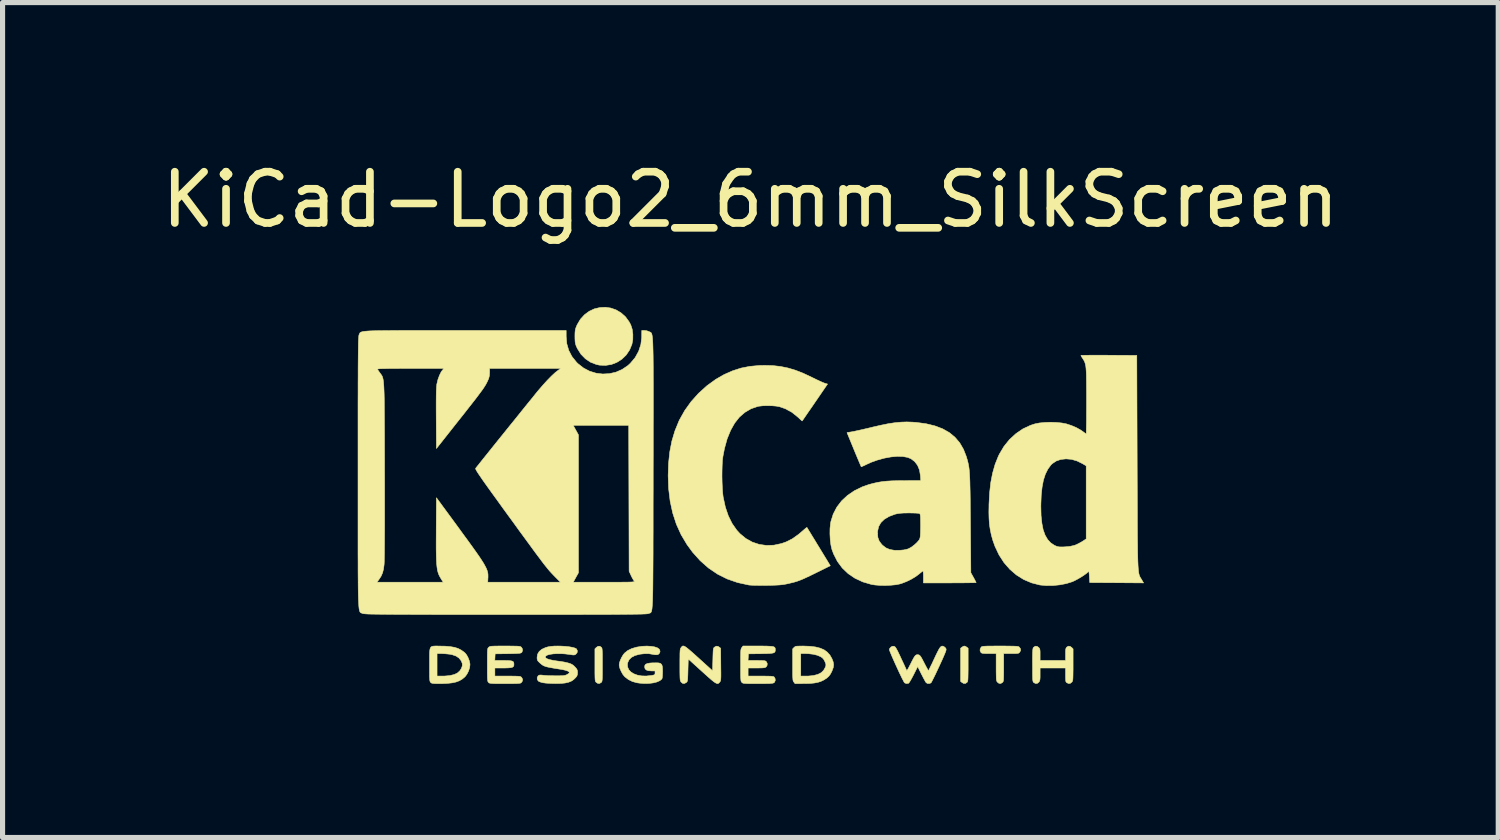
<source format=kicad_pcb>
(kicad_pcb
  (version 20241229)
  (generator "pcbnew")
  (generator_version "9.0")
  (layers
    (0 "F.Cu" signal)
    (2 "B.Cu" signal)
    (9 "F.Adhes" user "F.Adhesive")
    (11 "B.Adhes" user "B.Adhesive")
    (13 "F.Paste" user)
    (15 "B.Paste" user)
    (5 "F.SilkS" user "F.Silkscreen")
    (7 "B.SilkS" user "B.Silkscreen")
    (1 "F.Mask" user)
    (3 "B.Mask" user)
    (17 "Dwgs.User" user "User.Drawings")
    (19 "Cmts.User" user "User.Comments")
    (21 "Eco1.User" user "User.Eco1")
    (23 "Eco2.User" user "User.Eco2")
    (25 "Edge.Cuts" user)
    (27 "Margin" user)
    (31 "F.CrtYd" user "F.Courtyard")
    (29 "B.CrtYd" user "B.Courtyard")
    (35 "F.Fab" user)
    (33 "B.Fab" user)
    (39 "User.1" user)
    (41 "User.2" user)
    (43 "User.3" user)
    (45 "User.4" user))
  (footprint "KiCad-Logo2_6mm_SilkScreen"
    (layer "F.Cu")
    (at 11.601 5.928)
    (property "Reference" "KiCad-Logo2_6mm_SilkScreen" (at 0 -5.08 0) (layer "F.SilkS") (effects (font (size 1 1) (thickness 0.15))))
    (attr exclude_from_pos_files exclude_from_bom)
    (fp_poly (pts (xy 4.2 3.642) (xy 4.224 3.657) (xy 4.251 3.678) (xy 4.251 4) (xy 4.251 4.094) (xy 4.25 4.168) (xy 4.249 4.225) (xy 4.248 4.267) (xy 4.246 4.297) (xy 4.243 4.317) (xy 4.239 4.331) (xy 4.233 4.341) (xy 4.229 4.345) (xy 4.198 4.366) (xy 4.162 4.365) (xy 4.131 4.347) (xy 4.104 4.326) (xy 4.104 3.678) (xy 4.131 3.657) (xy 4.156 3.641) (xy 4.177 3.635) (xy 4.2 3.642)) (stroke (width 0.01) (type solid)) (fill yes) (layer "F.SilkS"))
    (fp_poly (pts (xy -2.912 3.658) (xy -2.906 3.665) (xy -2.9 3.675) (xy -2.896 3.69) (xy -2.894 3.712) (xy -2.892 3.744) (xy -2.89 3.789) (xy -2.89 3.849) (xy -2.89 3.926) (xy -2.89 4.002) (xy -2.89 4.096) (xy -2.89 4.17) (xy -2.891 4.226) (xy -2.892 4.268) (xy -2.894 4.298) (xy -2.897 4.318) (xy -2.901 4.332) (xy -2.907 4.341) (xy -2.912 4.346) (xy -2.945 4.366) (xy -2.98 4.364) (xy -3.012 4.343) (xy -3.019 4.335) (xy -3.025 4.325) (xy -3.029 4.311) (xy -3.032 4.291) (xy -3.034 4.261) (xy -3.035 4.219) (xy -3.036 4.162) (xy -3.036 4.088) (xy -3.036 4.004) (xy -3.036 3.691) (xy -3.009 3.663) (xy -2.974 3.64) (xy -2.941 3.639) (xy -2.912 3.658)) (stroke (width 0.01) (type solid)) (fill yes) (layer "F.SilkS"))
    (fp_poly (pts (xy -2.726 -2.964) (xy -2.623 -2.928) (xy -2.527 -2.871) (xy -2.441 -2.795) (xy -2.369 -2.697) (xy -2.336 -2.636) (xy -2.308 -2.55) (xy -2.295 -2.451) (xy -2.296 -2.35) (xy -2.313 -2.257) (xy -2.359 -2.145) (xy -2.425 -2.047) (xy -2.509 -1.966) (xy -2.606 -1.904) (xy -2.714 -1.862) (xy -2.829 -1.844) (xy -2.948 -1.849) (xy -3.007 -1.862) (xy -3.121 -1.906) (xy -3.222 -1.974) (xy -3.309 -2.063) (xy -3.377 -2.171) (xy -3.383 -2.183) (xy -3.403 -2.227) (xy -3.415 -2.265) (xy -3.422 -2.304) (xy -3.425 -2.355) (xy -3.426 -2.41) (xy -3.425 -2.476) (xy -3.421 -2.523) (xy -3.413 -2.562) (xy -3.399 -2.6) (xy -3.382 -2.639) (xy -3.318 -2.747) (xy -3.238 -2.834) (xy -3.147 -2.901) (xy -3.047 -2.948) (xy -2.941 -2.973) (xy -2.833 -2.979) (xy -2.726 -2.964)) (stroke (width 0.01) (type solid)) (fill yes) (layer "F.SilkS"))
    (fp_poly (pts (xy 4.975 3.635) (xy 5.053 3.636) (xy 5.115 3.637) (xy 5.161 3.638) (xy 5.194 3.64) (xy 5.217 3.643) (xy 5.232 3.646) (xy 5.243 3.651) (xy 5.248 3.655) (xy 5.273 3.688) (xy 5.276 3.721) (xy 5.26 3.752) (xy 5.25 3.764) (xy 5.239 3.773) (xy 5.223 3.778) (xy 5.197 3.781) (xy 5.159 3.782) (xy 5.102 3.782) (xy 5.091 3.782) (xy 4.945 3.782) (xy 4.945 4.053) (xy 4.945 4.138) (xy 4.944 4.204) (xy 4.943 4.253) (xy 4.942 4.288) (xy 4.939 4.312) (xy 4.935 4.328) (xy 4.929 4.338) (xy 4.922 4.346) (xy 4.889 4.366) (xy 4.855 4.365) (xy 4.824 4.342) (xy 4.822 4.339) (xy 4.814 4.329) (xy 4.808 4.316) (xy 4.804 4.299) (xy 4.801 4.274) (xy 4.8 4.238) (xy 4.799 4.188) (xy 4.798 4.122) (xy 4.798 4.046) (xy 4.798 3.782) (xy 4.659 3.782) (xy 4.599 3.782) (xy 4.558 3.78) (xy 4.53 3.777) (xy 4.513 3.771) (xy 4.502 3.763) (xy 4.501 3.761) (xy 4.484 3.728) (xy 4.486 3.691) (xy 4.505 3.658) (xy 4.512 3.651) (xy 4.521 3.646) (xy 4.535 3.643) (xy 4.556 3.64) (xy 4.587 3.638) (xy 4.63 3.636) (xy 4.687 3.636) (xy 4.762 3.635) (xy 4.856 3.635) (xy 4.876 3.635) (xy 4.975 3.635)) (stroke (width 0.01) (type solid)) (fill yes) (layer "F.SilkS"))
    (fp_poly (pts (xy 6.241 3.641) (xy 6.272 3.663) (xy 6.3 3.691) (xy 6.3 4) (xy 6.3 4.092) (xy 6.299 4.164) (xy 6.298 4.219) (xy 6.297 4.26) (xy 6.295 4.289) (xy 6.291 4.309) (xy 6.287 4.323) (xy 6.281 4.333) (xy 6.276 4.339) (xy 6.245 4.364) (xy 6.21 4.367) (xy 6.178 4.351) (xy 6.167 4.343) (xy 6.16 4.331) (xy 6.156 4.312) (xy 6.154 4.281) (xy 6.153 4.235) (xy 6.153 4.199) (xy 6.153 4.064) (xy 5.656 4.064) (xy 5.656 4.187) (xy 5.656 4.243) (xy 5.654 4.282) (xy 5.649 4.308) (xy 5.642 4.326) (xy 5.633 4.339) (xy 5.602 4.364) (xy 5.567 4.367) (xy 5.533 4.349) (xy 5.524 4.34) (xy 5.518 4.328) (xy 5.514 4.309) (xy 5.511 4.28) (xy 5.51 4.236) (xy 5.509 4.174) (xy 5.509 4.16) (xy 5.509 4.044) (xy 5.508 3.948) (xy 5.508 3.87) (xy 5.509 3.809) (xy 5.51 3.762) (xy 5.512 3.727) (xy 5.514 3.701) (xy 5.517 3.684) (xy 5.521 3.672) (xy 5.526 3.664) (xy 5.532 3.658) (xy 5.564 3.638) (xy 5.597 3.641) (xy 5.628 3.663) (xy 5.641 3.677) (xy 5.649 3.693) (xy 5.654 3.716) (xy 5.656 3.75) (xy 5.656 3.802) (xy 5.656 3.917) (xy 6.153 3.917) (xy 6.153 3.799) (xy 6.153 3.744) (xy 6.155 3.707) (xy 6.16 3.683) (xy 6.167 3.668) (xy 6.175 3.658) (xy 6.207 3.638) (xy 6.241 3.641)) (stroke (width 0.01) (type solid)) (fill yes) (layer "F.SilkS"))
    (fp_poly (pts (xy 1.03 3.635) (xy 1.159 3.64) (xy 1.269 3.653) (xy 1.361 3.676) (xy 1.438 3.709) (xy 1.5 3.754) (xy 1.551 3.81) (xy 1.591 3.88) (xy 1.592 3.882) (xy 1.616 3.944) (xy 1.625 3.999) (xy 1.618 4.054) (xy 1.595 4.117) (xy 1.591 4.127) (xy 1.562 4.183) (xy 1.529 4.227) (xy 1.487 4.264) (xy 1.429 4.3) (xy 1.426 4.302) (xy 1.375 4.326) (xy 1.318 4.344) (xy 1.251 4.357) (xy 1.17 4.365) (xy 1.072 4.368) (xy 1.037 4.368) (xy 0.871 4.369) (xy 0.848 4.339) (xy 0.841 4.33) (xy 0.836 4.318) (xy 0.831 4.302) (xy 0.829 4.279) (xy 0.827 4.247) (xy 0.826 4.222) (xy 0.983 4.222) (xy 1.076 4.222) (xy 1.131 4.221) (xy 1.188 4.216) (xy 1.234 4.21) (xy 1.237 4.21) (xy 1.319 4.188) (xy 1.383 4.155) (xy 1.43 4.109) (xy 1.463 4.049) (xy 1.469 4.033) (xy 1.474 4.009) (xy 1.472 3.984) (xy 1.46 3.952) (xy 1.453 3.936) (xy 1.43 3.893) (xy 1.402 3.863) (xy 1.371 3.843) (xy 1.309 3.816) (xy 1.229 3.796) (xy 1.137 3.785) (xy 1.07 3.782) (xy 0.983 3.782) (xy 0.983 4.222) (xy 0.826 4.222) (xy 0.825 4.201) (xy 0.825 4.141) (xy 0.825 4.062) (xy 0.825 4) (xy 0.825 3.691) (xy 0.852 3.663) (xy 0.865 3.652) (xy 0.878 3.644) (xy 0.896 3.639) (xy 0.924 3.637) (xy 0.966 3.636) (xy 1.026 3.635) (xy 1.03 3.635)) (stroke (width 0.01) (type solid)) (fill yes) (layer "F.SilkS"))
    (fp_poly (pts (xy -6.11 3.635) (xy -6.07 3.636) (xy -5.954 3.638) (xy -5.858 3.647) (xy -5.776 3.661) (xy -5.707 3.683) (xy -5.647 3.714) (xy -5.592 3.753) (xy -5.572 3.77) (xy -5.54 3.81) (xy -5.511 3.864) (xy -5.488 3.924) (xy -5.476 3.981) (xy -5.475 4.002) (xy -5.483 4.061) (xy -5.504 4.125) (xy -5.535 4.186) (xy -5.572 4.235) (xy -5.578 4.24) (xy -5.629 4.282) (xy -5.684 4.314) (xy -5.748 4.338) (xy -5.823 4.354) (xy -5.912 4.364) (xy -6.019 4.369) (xy -6.068 4.369) (xy -6.13 4.369) (xy -6.174 4.367) (xy -6.203 4.365) (xy -6.222 4.36) (xy -6.235 4.353) (xy -6.242 4.346) (xy -6.249 4.339) (xy -6.254 4.329) (xy -6.258 4.315) (xy -6.261 4.293) (xy -6.263 4.26) (xy -6.264 4.216) (xy -6.265 4.156) (xy -6.265 4.078) (xy -6.265 4.002) (xy -6.265 3.901) (xy -6.265 3.821) (xy -6.264 3.782) (xy -6.118 3.782) (xy -6.118 4.222) (xy -6.025 4.222) (xy -5.969 4.221) (xy -5.91 4.216) (xy -5.861 4.211) (xy -5.86 4.21) (xy -5.781 4.191) (xy -5.719 4.161) (xy -5.673 4.119) (xy -5.643 4.073) (xy -5.625 4.022) (xy -5.626 3.974) (xy -5.647 3.923) (xy -5.689 3.87) (xy -5.746 3.831) (xy -5.821 3.805) (xy -5.871 3.795) (xy -5.928 3.789) (xy -5.988 3.784) (xy -6.039 3.782) (xy -6.042 3.782) (xy -6.118 3.782) (xy -6.264 3.782) (xy -6.264 3.758) (xy -6.259 3.711) (xy -6.251 3.678) (xy -6.238 3.656) (xy -6.218 3.643) (xy -6.191 3.637) (xy -6.155 3.635) (xy -6.11 3.635)) (stroke (width 0.01) (type solid)) (fill yes) (layer "F.SilkS"))
    (fp_poly (pts (xy -1.288 3.64) (xy -1.265 3.653) (xy -1.234 3.676) (xy -1.194 3.709) (xy -1.144 3.752) (xy -1.082 3.807) (xy -1.006 3.876) (xy -0.92 3.954) (xy -0.739 4.118) (xy -0.733 3.898) (xy -0.731 3.823) (xy -0.729 3.766) (xy -0.727 3.726) (xy -0.724 3.698) (xy -0.72 3.681) (xy -0.714 3.669) (xy -0.705 3.66) (xy -0.701 3.657) (xy -0.667 3.638) (xy -0.634 3.641) (xy -0.608 3.657) (xy -0.581 3.678) (xy -0.578 3.993) (xy -0.577 4.086) (xy -0.576 4.159) (xy -0.576 4.214) (xy -0.577 4.256) (xy -0.579 4.285) (xy -0.582 4.305) (xy -0.586 4.32) (xy -0.592 4.33) (xy -0.598 4.339) (xy -0.612 4.354) (xy -0.625 4.365) (xy -0.64 4.369) (xy -0.659 4.365) (xy -0.684 4.353) (xy -0.716 4.331) (xy -0.757 4.298) (xy -0.809 4.253) (xy -0.874 4.195) (xy -0.948 4.128) (xy -1.213 3.888) (xy -1.219 4.107) (xy -1.221 4.182) (xy -1.223 4.239) (xy -1.225 4.279) (xy -1.228 4.306) (xy -1.233 4.324) (xy -1.239 4.335) (xy -1.247 4.344) (xy -1.251 4.347) (xy -1.288 4.367) (xy -1.323 4.364) (xy -1.353 4.339) (xy -1.36 4.329) (xy -1.366 4.318) (xy -1.37 4.302) (xy -1.373 4.279) (xy -1.375 4.246) (xy -1.376 4.201) (xy -1.377 4.14) (xy -1.377 4.061) (xy -1.377 4.002) (xy -1.377 3.911) (xy -1.376 3.839) (xy -1.376 3.784) (xy -1.374 3.744) (xy -1.372 3.715) (xy -1.368 3.695) (xy -1.364 3.681) (xy -1.358 3.671) (xy -1.353 3.665) (xy -1.342 3.651) (xy -1.332 3.64) (xy -1.32 3.634) (xy -1.306 3.634) (xy -1.288 3.64)) (stroke (width 0.01) (type solid)) (fill yes) (layer "F.SilkS"))
    (fp_poly (pts (xy -1.938 3.641) (xy -1.87 3.652) (xy -1.817 3.67) (xy -1.783 3.694) (xy -1.774 3.707) (xy -1.764 3.738) (xy -1.771 3.767) (xy -1.791 3.793) (xy -1.822 3.806) (xy -1.867 3.805) (xy -1.903 3.798) (xy -1.981 3.785) (xy -2.061 3.784) (xy -2.15 3.794) (xy -2.175 3.799) (xy -2.258 3.822) (xy -2.323 3.857) (xy -2.369 3.903) (xy -2.395 3.959) (xy -2.401 3.988) (xy -2.397 4.046) (xy -2.374 4.098) (xy -2.333 4.142) (xy -2.277 4.177) (xy -2.207 4.203) (xy -2.126 4.218) (xy -2.036 4.221) (xy -1.939 4.211) (xy -1.934 4.21) (xy -1.895 4.203) (xy -1.874 4.196) (xy -1.865 4.185) (xy -1.862 4.168) (xy -1.862 4.159) (xy -1.862 4.121) (xy -1.931 4.121) (xy -1.991 4.117) (xy -2.032 4.103) (xy -2.056 4.08) (xy -2.065 4.045) (xy -2.065 4.041) (xy -2.06 4.011) (xy -2.043 3.99) (xy -2.01 3.976) (xy -1.96 3.967) (xy -1.911 3.964) (xy -1.841 3.963) (xy -1.789 3.965) (xy -1.755 3.975) (xy -1.733 3.995) (xy -1.721 4.027) (xy -1.716 4.074) (xy -1.715 4.136) (xy -1.717 4.206) (xy -1.721 4.253) (xy -1.728 4.278) (xy -1.73 4.28) (xy -1.769 4.312) (xy -1.826 4.337) (xy -1.897 4.355) (xy -1.98 4.365) (xy -2.069 4.367) (xy -2.163 4.36) (xy -2.218 4.352) (xy -2.304 4.328) (xy -2.384 4.288) (xy -2.451 4.236) (xy -2.461 4.226) (xy -2.495 4.182) (xy -2.524 4.128) (xy -2.548 4.072) (xy -2.561 4.02) (xy -2.562 4.001) (xy -2.556 3.96) (xy -2.538 3.908) (xy -2.513 3.855) (xy -2.483 3.805) (xy -2.457 3.773) (xy -2.396 3.724) (xy -2.317 3.685) (xy -2.223 3.657) (xy -2.117 3.64) (xy -2.02 3.636) (xy -1.938 3.641)) (stroke (width 0.01) (type solid)) (fill yes) (layer "F.SilkS"))
    (fp_poly (pts (xy 0.242 3.635) (xy 0.318 3.636) (xy 0.377 3.639) (xy 0.42 3.642) (xy 0.45 3.648) (xy 0.469 3.657) (xy 0.48 3.669) (xy 0.485 3.685) (xy 0.486 3.705) (xy 0.486 3.708) (xy 0.485 3.73) (xy 0.48 3.748) (xy 0.469 3.761) (xy 0.449 3.77) (xy 0.418 3.776) (xy 0.372 3.78) (xy 0.31 3.783) (xy 0.228 3.784) (xy 0.203 3.785) (xy -0.039 3.788) (xy -0.042 3.853) (xy -0.046 3.917) (xy 0.122 3.917) (xy 0.188 3.918) (xy 0.235 3.919) (xy 0.267 3.921) (xy 0.287 3.925) (xy 0.301 3.931) (xy 0.31 3.94) (xy 0.311 3.94) (xy 0.328 3.973) (xy 0.327 4.01) (xy 0.309 4.041) (xy 0.305 4.044) (xy 0.292 4.052) (xy 0.275 4.058) (xy 0.248 4.061) (xy 0.209 4.063) (xy 0.153 4.064) (xy 0.118 4.064) (xy -0.045 4.064) (xy -0.045 4.222) (xy 0.202 4.222) (xy 0.283 4.222) (xy 0.345 4.223) (xy 0.39 4.224) (xy 0.422 4.226) (xy 0.443 4.23) (xy 0.456 4.234) (xy 0.465 4.241) (xy 0.467 4.243) (xy 0.483 4.274) (xy 0.485 4.31) (xy 0.471 4.341) (xy 0.461 4.351) (xy 0.45 4.357) (xy 0.433 4.361) (xy 0.407 4.364) (xy 0.37 4.367) (xy 0.319 4.368) (xy 0.252 4.369) (xy 0.165 4.369) (xy 0.145 4.369) (xy 0.057 4.369) (xy -0.012 4.369) (xy -0.064 4.368) (xy -0.101 4.366) (xy -0.127 4.364) (xy -0.144 4.36) (xy -0.156 4.355) (xy -0.164 4.349) (xy -0.168 4.344) (xy -0.175 4.336) (xy -0.181 4.326) (xy -0.185 4.311) (xy -0.187 4.289) (xy -0.189 4.257) (xy -0.191 4.212) (xy -0.191 4.151) (xy -0.191 4.073) (xy -0.191 4.007) (xy -0.191 3.915) (xy -0.191 3.842) (xy -0.19 3.787) (xy -0.189 3.746) (xy -0.187 3.717) (xy -0.183 3.696) (xy -0.179 3.682) (xy -0.173 3.672) (xy -0.168 3.665) (xy -0.145 3.635) (xy 0.145 3.635) (xy 0.242 3.635)) (stroke (width 0.01) (type solid)) (fill yes) (layer "F.SilkS"))
    (fp_poly (pts (xy -4.701 3.635) (xy -4.632 3.636) (xy -4.579 3.637) (xy -4.541 3.638) (xy -4.514 3.641) (xy -4.496 3.644) (xy -4.484 3.649) (xy -4.475 3.655) (xy -4.472 3.658) (xy -4.452 3.689) (xy -4.449 3.725) (xy -4.462 3.757) (xy -4.468 3.763) (xy -4.478 3.769) (xy -4.493 3.774) (xy -4.518 3.778) (xy -4.554 3.78) (xy -4.605 3.782) (xy -4.673 3.784) (xy -4.736 3.785) (xy -4.984 3.788) (xy -4.987 3.853) (xy -4.99 3.917) (xy -4.822 3.917) (xy -4.749 3.918) (xy -4.696 3.921) (xy -4.659 3.927) (xy -4.636 3.936) (xy -4.623 3.952) (xy -4.618 3.974) (xy -4.617 3.994) (xy -4.619 4.019) (xy -4.629 4.037) (xy -4.648 4.05) (xy -4.679 4.058) (xy -4.727 4.062) (xy -4.792 4.064) (xy -4.828 4.064) (xy -4.989 4.064) (xy -4.989 4.222) (xy -4.741 4.222) (xy -4.66 4.222) (xy -4.598 4.223) (xy -4.552 4.224) (xy -4.52 4.226) (xy -4.499 4.229) (xy -4.485 4.234) (xy -4.475 4.24) (xy -4.47 4.245) (xy -4.453 4.272) (xy -4.447 4.296) (xy -4.455 4.325) (xy -4.47 4.346) (xy -4.478 4.353) (xy -4.488 4.359) (xy -4.503 4.362) (xy -4.526 4.365) (xy -4.559 4.367) (xy -4.606 4.368) (xy -4.668 4.369) (xy -4.75 4.369) (xy -4.792 4.369) (xy -4.882 4.369) (xy -4.952 4.369) (xy -5.005 4.368) (xy -5.044 4.366) (xy -5.071 4.364) (xy -5.09 4.36) (xy -5.102 4.356) (xy -5.11 4.35) (xy -5.113 4.346) (xy -5.12 4.339) (xy -5.125 4.329) (xy -5.129 4.314) (xy -5.132 4.292) (xy -5.134 4.26) (xy -5.135 4.215) (xy -5.136 4.155) (xy -5.136 4.077) (xy -5.136 4.004) (xy -5.136 3.911) (xy -5.136 3.838) (xy -5.135 3.782) (xy -5.134 3.74) (xy -5.132 3.711) (xy -5.129 3.691) (xy -5.125 3.678) (xy -5.119 3.669) (xy -5.112 3.661) (xy -5.11 3.66) (xy -5.101 3.652) (xy -5.091 3.647) (xy -5.077 3.642) (xy -5.056 3.639) (xy -5.025 3.637) (xy -4.981 3.636) (xy -4.922 3.635) (xy -4.845 3.635) (xy -4.79 3.635) (xy -4.701 3.635)) (stroke (width 0.01) (type solid)) (fill yes) (layer "F.SilkS"))
    (fp_poly (pts (xy 3.756 3.637) (xy 3.776 3.644) (xy 3.777 3.645) (xy 3.803 3.665) (xy 3.818 3.686) (xy 3.821 3.696) (xy 3.821 3.709) (xy 3.817 3.727) (xy 3.808 3.753) (xy 3.793 3.79) (xy 3.772 3.839) (xy 3.744 3.903) (xy 3.707 3.983) (xy 3.687 4.027) (xy 3.65 4.106) (xy 3.616 4.179) (xy 3.585 4.242) (xy 3.559 4.294) (xy 3.54 4.331) (xy 3.527 4.352) (xy 3.525 4.355) (xy 3.494 4.367) (xy 3.459 4.366) (xy 3.431 4.351) (xy 3.43 4.349) (xy 3.418 4.332) (xy 3.4 4.299) (xy 3.376 4.255) (xy 3.349 4.202) (xy 3.339 4.183) (xy 3.266 4.036) (xy 3.186 4.196) (xy 3.157 4.251) (xy 3.131 4.298) (xy 3.109 4.335) (xy 3.093 4.357) (xy 3.088 4.362) (xy 3.046 4.368) (xy 3.012 4.355) (xy 3.001 4.341) (xy 2.984 4.309) (xy 2.96 4.263) (xy 2.932 4.205) (xy 2.901 4.14) (xy 2.869 4.07) (xy 2.835 3.997) (xy 2.804 3.927) (xy 2.774 3.86) (xy 2.749 3.801) (xy 2.729 3.753) (xy 2.716 3.718) (xy 2.712 3.7) (xy 2.712 3.7) (xy 2.723 3.678) (xy 2.745 3.655) (xy 2.746 3.654) (xy 2.774 3.639) (xy 2.799 3.639) (xy 2.808 3.642) (xy 2.82 3.648) (xy 2.832 3.66) (xy 2.846 3.681) (xy 2.864 3.713) (xy 2.887 3.759) (xy 2.917 3.821) (xy 2.943 3.878) (xy 2.974 3.944) (xy 3.002 4.004) (xy 3.025 4.054) (xy 3.042 4.091) (xy 3.051 4.112) (xy 3.052 4.115) (xy 3.058 4.11) (xy 3.073 4.087) (xy 3.093 4.051) (xy 3.117 4.004) (xy 3.127 3.985) (xy 3.16 3.92) (xy 3.185 3.873) (xy 3.205 3.84) (xy 3.222 3.82) (xy 3.237 3.809) (xy 3.253 3.805) (xy 3.264 3.805) (xy 3.282 3.806) (xy 3.299 3.813) (xy 3.315 3.828) (xy 3.333 3.853) (xy 3.355 3.892) (xy 3.384 3.948) (xy 3.4 3.979) (xy 3.426 4.029) (xy 3.449 4.071) (xy 3.466 4.1) (xy 3.476 4.114) (xy 3.478 4.115) (xy 3.484 4.104) (xy 3.498 4.075) (xy 3.519 4.032) (xy 3.546 3.978) (xy 3.575 3.915) (xy 3.59 3.883) (xy 3.628 3.802) (xy 3.659 3.74) (xy 3.683 3.694) (xy 3.704 3.663) (xy 3.722 3.645) (xy 3.739 3.637) (xy 3.756 3.637)) (stroke (width 0.01) (type solid)) (fill yes) (layer "F.SilkS"))
    (fp_poly (pts (xy -3.68 3.637) (xy -3.605 3.642) (xy -3.536 3.65) (xy -3.475 3.661) (xy -3.428 3.674) (xy -3.399 3.689) (xy -3.394 3.693) (xy -3.378 3.728) (xy -3.383 3.764) (xy -3.408 3.794) (xy -3.409 3.795) (xy -3.423 3.804) (xy -3.438 3.809) (xy -3.459 3.81) (xy -3.492 3.806) (xy -3.54 3.798) (xy -3.544 3.798) (xy -3.617 3.789) (xy -3.696 3.784) (xy -3.774 3.784) (xy -3.848 3.788) (xy -3.91 3.797) (xy -3.957 3.809) (xy -3.96 3.81) (xy -3.993 3.829) (xy -4.005 3.848) (xy -3.996 3.867) (xy -3.966 3.885) (xy -3.917 3.901) (xy -3.849 3.916) (xy -3.804 3.923) (xy -3.71 3.936) (xy -3.635 3.948) (xy -3.576 3.961) (xy -3.53 3.974) (xy -3.494 3.989) (xy -3.464 4.007) (xy -3.438 4.03) (xy -3.417 4.052) (xy -3.391 4.083) (xy -3.379 4.11) (xy -3.375 4.142) (xy -3.375 4.154) (xy -3.378 4.194) (xy -3.389 4.223) (xy -3.41 4.25) (xy -3.451 4.29) (xy -3.496 4.32) (xy -3.55 4.342) (xy -3.615 4.357) (xy -3.695 4.365) (xy -3.793 4.367) (xy -3.81 4.367) (xy -3.875 4.366) (xy -3.94 4.363) (xy -3.998 4.359) (xy -4.04 4.353) (xy -4.044 4.353) (xy -4.086 4.343) (xy -4.122 4.33) (xy -4.142 4.318) (xy -4.161 4.288) (xy -4.163 4.252) (xy -4.146 4.22) (xy -4.143 4.217) (xy -4.128 4.206) (xy -4.109 4.201) (xy -4.079 4.202) (xy -4.044 4.206) (xy -4.004 4.21) (xy -3.949 4.213) (xy -3.884 4.215) (xy -3.816 4.216) (xy -3.798 4.216) (xy -3.73 4.216) (xy -3.681 4.215) (xy -3.645 4.212) (xy -3.619 4.207) (xy -3.597 4.2) (xy -3.584 4.194) (xy -3.556 4.177) (xy -3.538 4.162) (xy -3.536 4.158) (xy -3.541 4.14) (xy -3.568 4.123) (xy -3.613 4.108) (xy -3.675 4.094) (xy -3.693 4.091) (xy -3.789 4.076) (xy -3.866 4.063) (xy -3.926 4.052) (xy -3.973 4.042) (xy -4.009 4.031) (xy -4.038 4.019) (xy -4.062 4.005) (xy -4.084 3.988) (xy -4.108 3.968) (xy -4.116 3.96) (xy -4.144 3.933) (xy -4.158 3.911) (xy -4.164 3.886) (xy -4.165 3.855) (xy -4.155 3.794) (xy -4.124 3.742) (xy -4.073 3.699) (xy -4.002 3.666) (xy -3.951 3.651) (xy -3.895 3.642) (xy -3.829 3.636) (xy -3.756 3.635) (xy -3.68 3.637)) (stroke (width 0.01) (type solid)) (fill yes) (layer "F.SilkS"))
    (fp_poly (pts (xy 0.44 -1.84) (xy 0.588 -1.823) (xy 0.731 -1.794) (xy 0.876 -1.751) (xy 1.028 -1.692) (xy 1.192 -1.615) (xy 1.222 -1.6) (xy 1.29 -1.567) (xy 1.354 -1.537) (xy 1.408 -1.513) (xy 1.446 -1.498) (xy 1.451 -1.496) (xy 1.506 -1.48) (xy 1.26 -1.121) (xy 1.2 -1.033) (xy 1.144 -0.953) (xy 1.096 -0.883) (xy 1.057 -0.826) (xy 1.029 -0.785) (xy 1.013 -0.763) (xy 1.011 -0.759) (xy 1 -0.767) (xy 0.975 -0.789) (xy 0.939 -0.823) (xy 0.919 -0.841) (xy 0.806 -0.931) (xy 0.679 -0.999) (xy 0.57 -1.037) (xy 0.504 -1.049) (xy 0.422 -1.056) (xy 0.333 -1.058) (xy 0.247 -1.056) (xy 0.173 -1.048) (xy 0.144 -1.043) (xy 0.011 -0.997) (xy -0.108 -0.927) (xy -0.215 -0.834) (xy -0.308 -0.716) (xy -0.387 -0.575) (xy -0.454 -0.411) (xy -0.506 -0.223) (xy -0.537 -0.062) (xy -0.546 0.009) (xy -0.551 0.101) (xy -0.554 0.207) (xy -0.555 0.32) (xy -0.553 0.435) (xy -0.548 0.544) (xy -0.542 0.64) (xy -0.533 0.718) (xy -0.531 0.73) (xy -0.489 0.923) (xy -0.431 1.094) (xy -0.357 1.243) (xy -0.267 1.372) (xy -0.203 1.442) (xy -0.089 1.536) (xy 0.037 1.606) (xy 0.172 1.651) (xy 0.313 1.671) (xy 0.459 1.666) (xy 0.608 1.634) (xy 0.696 1.603) (xy 0.818 1.542) (xy 0.943 1.453) (xy 1.013 1.393) (xy 1.053 1.358) (xy 1.084 1.332) (xy 1.101 1.32) (xy 1.104 1.32) (xy 1.112 1.332) (xy 1.132 1.366) (xy 1.163 1.416) (xy 1.203 1.482) (xy 1.251 1.56) (xy 1.304 1.647) (xy 1.334 1.696) (xy 1.56 2.067) (xy 1.278 2.207) (xy 1.176 2.257) (xy 1.093 2.296) (xy 1.025 2.327) (xy 0.966 2.351) (xy 0.911 2.371) (xy 0.855 2.388) (xy 0.794 2.403) (xy 0.735 2.417) (xy 0.682 2.428) (xy 0.627 2.437) (xy 0.565 2.443) (xy 0.488 2.447) (xy 0.394 2.45) (xy 0.33 2.451) (xy 0.238 2.452) (xy 0.151 2.451) (xy 0.073 2.45) (xy 0.01 2.447) (xy -0.032 2.444) (xy -0.034 2.443) (xy -0.25 2.396) (xy -0.452 2.326) (xy -0.642 2.231) (xy -0.818 2.112) (xy -0.98 1.969) (xy -1.129 1.803) (xy -1.238 1.654) (xy -1.353 1.461) (xy -1.446 1.256) (xy -1.517 1.038) (xy -1.567 0.807) (xy -1.597 0.56) (xy -1.606 0.309) (xy -1.598 0.066) (xy -1.574 -0.158) (xy -1.533 -0.368) (xy -1.474 -0.565) (xy -1.396 -0.756) (xy -1.387 -0.776) (xy -1.284 -0.96) (xy -1.159 -1.135) (xy -1.013 -1.298) (xy -0.851 -1.445) (xy -0.676 -1.572) (xy -0.514 -1.665) (xy -0.349 -1.738) (xy -0.185 -1.791) (xy -0.013 -1.825) (xy 0.171 -1.842) (xy 0.281 -1.844) (xy 0.44 -1.84)) (stroke (width 0.01) (type solid)) (fill yes) (layer "F.SilkS"))
    (fp_poly (pts (xy 6.842 -2.043) (xy 6.959 -2.043) (xy 6.999 -2.042) (xy 7.544 -2.039) (xy 7.551 0.055) (xy 7.552 0.339) (xy 7.553 0.597) (xy 7.554 0.83) (xy 7.555 1.039) (xy 7.555 1.227) (xy 7.556 1.393) (xy 7.557 1.54) (xy 7.559 1.669) (xy 7.56 1.782) (xy 7.562 1.879) (xy 7.564 1.961) (xy 7.567 2.031) (xy 7.57 2.09) (xy 7.574 2.138) (xy 7.578 2.177) (xy 7.582 2.209) (xy 7.588 2.235) (xy 7.594 2.257) (xy 7.601 2.274) (xy 7.609 2.29) (xy 7.618 2.305) (xy 7.627 2.32) (xy 7.638 2.337) (xy 7.64 2.341) (xy 7.676 2.403) (xy 7.15 2.399) (xy 6.625 2.396) (xy 6.618 2.28) (xy 6.614 2.225) (xy 6.61 2.193) (xy 6.605 2.18) (xy 6.597 2.183) (xy 6.59 2.19) (xy 6.561 2.217) (xy 6.514 2.251) (xy 6.456 2.289) (xy 6.392 2.326) (xy 6.33 2.359) (xy 6.283 2.38) (xy 6.171 2.415) (xy 6.044 2.44) (xy 5.909 2.454) (xy 5.777 2.455) (xy 5.656 2.444) (xy 5.654 2.444) (xy 5.49 2.402) (xy 5.335 2.336) (xy 5.193 2.247) (xy 5.065 2.137) (xy 4.951 2.006) (xy 4.854 1.856) (xy 4.775 1.689) (xy 4.731 1.565) (xy 4.703 1.462) (xy 4.682 1.361) (xy 4.667 1.258) (xy 4.659 1.146) (xy 4.656 1.019) (xy 4.658 0.915) (xy 5.671 0.915) (xy 5.675 1.089) (xy 5.691 1.239) (xy 5.716 1.366) (xy 5.754 1.471) (xy 5.803 1.555) (xy 5.864 1.621) (xy 5.934 1.668) (xy 5.971 1.685) (xy 6.003 1.695) (xy 6.038 1.7) (xy 6.086 1.701) (xy 6.137 1.699) (xy 6.238 1.69) (xy 6.318 1.672) (xy 6.343 1.664) (xy 6.4 1.638) (xy 6.461 1.605) (xy 6.487 1.589) (xy 6.556 1.544) (xy 6.556 0.117) (xy 6.48 0.072) (xy 6.375 0.021) (xy 6.268 -0.01) (xy 6.162 -0.019) (xy 6.061 -0.008) (xy 5.97 0.023) (xy 5.893 0.075) (xy 5.868 0.099) (xy 5.808 0.181) (xy 5.759 0.279) (xy 5.721 0.396) (xy 5.695 0.533) (xy 5.678 0.692) (xy 5.671 0.876) (xy 5.671 0.915) (xy 4.658 0.915) (xy 4.658 0.872) (xy 4.67 0.646) (xy 4.693 0.442) (xy 4.729 0.258) (xy 4.777 0.089) (xy 4.839 -0.066) (xy 4.861 -0.112) (xy 4.95 -0.262) (xy 5.058 -0.396) (xy 5.182 -0.51) (xy 5.319 -0.604) (xy 5.468 -0.674) (xy 5.557 -0.703) (xy 5.644 -0.72) (xy 5.749 -0.73) (xy 5.863 -0.734) (xy 5.977 -0.73) (xy 6.083 -0.719) (xy 6.167 -0.703) (xy 6.268 -0.67) (xy 6.366 -0.628) (xy 6.451 -0.58) (xy 6.497 -0.548) (xy 6.528 -0.525) (xy 6.55 -0.51) (xy 6.555 -0.508) (xy 6.557 -0.521) (xy 6.558 -0.559) (xy 6.559 -0.619) (xy 6.561 -0.699) (xy 6.562 -0.795) (xy 6.562 -0.906) (xy 6.563 -1.027) (xy 6.563 -1.151) (xy 6.563 -1.31) (xy 6.562 -1.444) (xy 6.561 -1.555) (xy 6.56 -1.647) (xy 6.557 -1.721) (xy 6.553 -1.781) (xy 6.548 -1.829) (xy 6.54 -1.867) (xy 6.531 -1.898) (xy 6.52 -1.925) (xy 6.507 -1.949) (xy 6.49 -1.975) (xy 6.488 -1.978) (xy 6.467 -2.011) (xy 6.455 -2.034) (xy 6.453 -2.039) (xy 6.466 -2.04) (xy 6.504 -2.041) (xy 6.563 -2.042) (xy 6.642 -2.043) (xy 6.735 -2.043) (xy 6.842 -2.043)) (stroke (width 0.01) (type solid)) (fill yes) (layer "F.SilkS"))
    (fp_poly (pts (xy 3.168 -0.736) (xy 3.236 -0.731) (xy 3.43 -0.705) (xy 3.603 -0.663) (xy 3.753 -0.606) (xy 3.884 -0.532) (xy 3.994 -0.441) (xy 4.086 -0.333) (xy 4.16 -0.206) (xy 4.214 -0.069) (xy 4.227 -0.025) (xy 4.239 0.016) (xy 4.249 0.057) (xy 4.258 0.099) (xy 4.266 0.145) (xy 4.272 0.196) (xy 4.277 0.257) (xy 4.281 0.327) (xy 4.285 0.411) (xy 4.287 0.509) (xy 4.29 0.624) (xy 4.292 0.759) (xy 4.293 0.915) (xy 4.295 1.095) (xy 4.296 1.236) (xy 4.304 2.204) (xy 4.356 2.297) (xy 4.38 2.342) (xy 4.398 2.377) (xy 4.407 2.395) (xy 4.407 2.396) (xy 4.394 2.398) (xy 4.356 2.399) (xy 4.297 2.4) (xy 4.22 2.401) (xy 4.127 2.402) (xy 4.021 2.402) (xy 3.906 2.403) (xy 3.892 2.403) (xy 3.378 2.403) (xy 3.378 2.286) (xy 3.377 2.233) (xy 3.374 2.193) (xy 3.371 2.171) (xy 3.369 2.169) (xy 3.356 2.178) (xy 3.328 2.2) (xy 3.291 2.231) (xy 3.29 2.231) (xy 3.224 2.281) (xy 3.14 2.331) (xy 3.048 2.376) (xy 2.957 2.411) (xy 2.918 2.423) (xy 2.838 2.439) (xy 2.741 2.448) (xy 2.635 2.453) (xy 2.528 2.451) (xy 2.43 2.443) (xy 2.362 2.432) (xy 2.194 2.383) (xy 2.042 2.312) (xy 1.909 2.222) (xy 1.794 2.112) (xy 1.699 1.984) (xy 1.625 1.839) (xy 1.592 1.751) (xy 1.572 1.665) (xy 1.559 1.562) (xy 1.553 1.451) (xy 1.553 1.435) (xy 2.482 1.435) (xy 2.489 1.517) (xy 2.515 1.586) (xy 2.562 1.649) (xy 2.581 1.668) (xy 2.645 1.718) (xy 2.72 1.75) (xy 2.81 1.766) (xy 2.904 1.767) (xy 2.994 1.759) (xy 3.062 1.744) (xy 3.092 1.733) (xy 3.145 1.703) (xy 3.202 1.66) (xy 3.254 1.612) (xy 3.293 1.566) (xy 3.303 1.549) (xy 3.311 1.526) (xy 3.317 1.488) (xy 3.32 1.433) (xy 3.322 1.357) (xy 3.323 1.284) (xy 3.322 1.199) (xy 3.321 1.138) (xy 3.319 1.096) (xy 3.315 1.07) (xy 3.309 1.055) (xy 3.301 1.048) (xy 3.299 1.046) (xy 3.276 1.043) (xy 3.233 1.04) (xy 3.173 1.038) (xy 3.104 1.037) (xy 3.089 1.037) (xy 2.997 1.038) (xy 2.925 1.043) (xy 2.869 1.051) (xy 2.822 1.062) (xy 2.706 1.106) (xy 2.615 1.16) (xy 2.548 1.225) (xy 2.504 1.302) (xy 2.484 1.391) (xy 2.482 1.435) (xy 1.553 1.435) (xy 1.554 1.342) (xy 1.564 1.245) (xy 1.571 1.205) (xy 1.617 1.059) (xy 1.687 0.924) (xy 1.78 0.802) (xy 1.895 0.695) (xy 2.03 0.603) (xy 2.183 0.528) (xy 2.313 0.482) (xy 2.401 0.459) (xy 2.484 0.44) (xy 2.569 0.426) (xy 2.661 0.416) (xy 2.765 0.41) (xy 2.888 0.407) (xy 2.998 0.406) (xy 3.326 0.405) (xy 3.319 0.307) (xy 3.302 0.2) (xy 3.264 0.108) (xy 3.207 0.033) (xy 3.134 -0.022) (xy 3.07 -0.048) (xy 2.977 -0.065) (xy 2.867 -0.068) (xy 2.745 -0.057) (xy 2.615 -0.033) (xy 2.483 0.003) (xy 2.354 0.049) (xy 2.261 0.092) (xy 2.216 0.114) (xy 2.181 0.129) (xy 2.164 0.135) (xy 2.163 0.135) (xy 2.157 0.121) (xy 2.142 0.086) (xy 2.119 0.032) (xy 2.09 -0.037) (xy 2.056 -0.118) (xy 2.022 -0.201) (xy 1.886 -0.532) (xy 1.983 -0.548) (xy 2.025 -0.556) (xy 2.088 -0.57) (xy 2.167 -0.587) (xy 2.257 -0.608) (xy 2.351 -0.63) (xy 2.389 -0.64) (xy 2.552 -0.677) (xy 2.694 -0.706) (xy 2.822 -0.725) (xy 2.939 -0.736) (xy 3.053 -0.74) (xy 3.168 -0.736)) (stroke (width 0.01) (type solid)) (fill yes) (layer "F.SilkS"))
    (fp_poly (pts (xy -5.956 -2.526) (xy -5.691 -2.526) (xy -5.568 -2.526) (xy -3.597 -2.526) (xy -3.597 -2.41) (xy -3.585 -2.269) (xy -3.547 -2.138) (xy -3.485 -2.018) (xy -3.396 -1.907) (xy -3.366 -1.877) (xy -3.258 -1.793) (xy -3.14 -1.731) (xy -3.013 -1.692) (xy -2.883 -1.676) (xy -2.752 -1.683) (xy -2.625 -1.712) (xy -2.504 -1.765) (xy -2.393 -1.84) (xy -2.343 -1.886) (xy -2.25 -1.997) (xy -2.182 -2.12) (xy -2.139 -2.252) (xy -2.122 -2.392) (xy -2.122 -2.406) (xy -2.121 -2.526) (xy -2.068 -2.526) (xy -2.022 -2.52) (xy -1.979 -2.504) (xy -1.976 -2.503) (xy -1.966 -2.498) (xy -1.957 -2.494) (xy -1.949 -2.49) (xy -1.942 -2.485) (xy -1.935 -2.477) (xy -1.929 -2.467) (xy -1.924 -2.451) (xy -1.919 -2.43) (xy -1.915 -2.402) (xy -1.911 -2.366) (xy -1.908 -2.321) (xy -1.905 -2.266) (xy -1.903 -2.199) (xy -1.901 -2.12) (xy -1.899 -2.027) (xy -1.898 -1.919) (xy -1.897 -1.795) (xy -1.897 -1.654) (xy -1.896 -1.495) (xy -1.896 -1.317) (xy -1.896 -1.118) (xy -1.896 -0.897) (xy -1.897 -0.654) (xy -1.897 -0.386) (xy -1.897 -0.094) (xy -1.898 0.224) (xy -1.898 0.263) (xy -1.898 0.584) (xy -1.899 0.878) (xy -1.899 1.147) (xy -1.899 1.392) (xy -1.9 1.614) (xy -1.9 1.814) (xy -1.901 1.994) (xy -1.902 2.154) (xy -1.903 2.296) (xy -1.904 2.421) (xy -1.905 2.529) (xy -1.907 2.623) (xy -1.909 2.702) (xy -1.911 2.769) (xy -1.914 2.825) (xy -1.918 2.87) (xy -1.921 2.906) (xy -1.926 2.934) (xy -1.931 2.954) (xy -1.936 2.969) (xy -1.942 2.979) (xy -1.949 2.986) (xy -1.956 2.99) (xy -1.965 2.993) (xy -1.974 2.995) (xy -1.983 2.999) (xy -1.986 3) (xy -1.993 3.002) (xy -2.006 3.005) (xy -2.025 3.007) (xy -2.051 3.009) (xy -2.085 3.01) (xy -2.129 3.012) (xy -2.184 3.013) (xy -2.25 3.014) (xy -2.329 3.015) (xy -2.422 3.016) (xy -2.53 3.017) (xy -2.654 3.018) (xy -2.795 3.019) (xy -2.955 3.019) (xy -3.134 3.019) (xy -3.333 3.02) (xy -3.554 3.02) (xy -3.798 3.02) (xy -4.066 3.02) (xy -4.358 3.02) (xy -4.677 3.02) (xy -4.78 3.02) (xy -5.106 3.02) (xy -5.405 3.02) (xy -5.679 3.02) (xy -5.929 3.02) (xy -6.156 3.02) (xy -6.361 3.019) (xy -6.545 3.019) (xy -6.71 3.018) (xy -6.856 3.018) (xy -6.984 3.017) (xy -7.097 3.016) (xy -7.194 3.015) (xy -7.277 3.014) (xy -7.347 3.013) (xy -7.405 3.012) (xy -7.453 3.011) (xy -7.491 3.009) (xy -7.52 3.007) (xy -7.542 3.005) (xy -7.558 3.003) (xy -7.569 3.001) (xy -7.574 2.998) (xy -7.585 2.994) (xy -7.594 2.991) (xy -7.603 2.988) (xy -7.611 2.983) (xy -7.618 2.977) (xy -7.624 2.967) (xy -7.63 2.952) (xy -7.635 2.932) (xy -7.64 2.905) (xy -7.644 2.87) (xy -7.647 2.826) (xy -7.65 2.772) (xy -7.653 2.706) (xy -7.655 2.628) (xy -7.657 2.536) (xy -7.658 2.43) (xy -7.658 2.389) (xy -7.292 2.389) (xy -5.997 2.389) (xy -6.022 2.351) (xy -6.046 2.312) (xy -6.067 2.275) (xy -6.085 2.238) (xy -6.099 2.197) (xy -6.111 2.15) (xy -6.119 2.094) (xy -6.126 2.028) (xy -6.13 1.948) (xy -6.133 1.852) (xy -6.135 1.736) (xy -6.135 1.6) (xy -6.134 1.439) (xy -6.134 1.379) (xy -6.13 0.74) (xy -5.725 1.291) (xy -5.611 1.448) (xy -5.511 1.584) (xy -5.426 1.702) (xy -5.354 1.803) (xy -5.294 1.889) (xy -5.245 1.963) (xy -5.206 2.025) (xy -5.177 2.078) (xy -5.154 2.123) (xy -5.139 2.163) (xy -5.129 2.198) (xy -5.124 2.231) (xy -5.123 2.264) (xy -5.123 2.299) (xy -5.124 2.303) (xy -5.128 2.389) (xy -3.709 2.389) (xy -3.814 2.283) (xy -3.843 2.253) (xy -3.87 2.225) (xy -3.897 2.196) (xy -3.925 2.165) (xy -3.955 2.129) (xy -3.988 2.088) (xy -4.026 2.041) (xy -4.069 1.984) (xy -4.119 1.917) (xy -4.178 1.839) (xy -4.245 1.748) (xy -4.323 1.641) (xy -4.413 1.518) (xy -4.516 1.378) (xy -4.632 1.217) (xy -4.728 1.086) (xy -4.848 0.921) (xy -4.952 0.776) (xy -5.043 0.651) (xy -5.12 0.544) (xy -5.184 0.454) (xy -5.237 0.379) (xy -5.279 0.317) (xy -5.312 0.269) (xy -5.336 0.231) (xy -5.352 0.203) (xy -5.362 0.184) (xy -5.365 0.172) (xy -5.364 0.165) (xy -5.351 0.148) (xy -5.322 0.112) (xy -5.279 0.058) (xy -5.225 -0.01) (xy -5.16 -0.091) (xy -5.086 -0.183) (xy -5.006 -0.283) (xy -4.921 -0.389) (xy -4.832 -0.499) (xy -4.742 -0.611) (xy -4.692 -0.673) (xy -3.459 -0.673) (xy -3.408 -0.58) (xy -3.357 -0.487) (xy -3.357 2.204) (xy -3.408 2.296) (xy -3.459 2.389) (xy -2.853 2.389) (xy -2.709 2.389) (xy -2.589 2.389) (xy -2.493 2.388) (xy -2.417 2.388) (xy -2.359 2.386) (xy -2.317 2.385) (xy -2.289 2.382) (xy -2.273 2.379) (xy -2.266 2.375) (xy -2.265 2.37) (xy -2.269 2.365) (xy -2.27 2.365) (xy -2.287 2.34) (xy -2.31 2.299) (xy -2.33 2.258) (xy -2.368 2.176) (xy -2.376 -0.673) (xy -3.459 -0.673) (xy -4.692 -0.673) (xy -4.651 -0.723) (xy -4.563 -0.832) (xy -4.479 -0.937) (xy -4.4 -1.035) (xy -4.328 -1.124) (xy -4.264 -1.202) (xy -4.212 -1.267) (xy -4.172 -1.317) (xy -4.148 -1.346) (xy -4.056 -1.453) (xy -3.968 -1.55) (xy -3.886 -1.634) (xy -3.814 -1.701) (xy -3.763 -1.741) (xy -3.703 -1.785) (xy -5.092 -1.785) (xy -5.092 -1.703) (xy -5.096 -1.643) (xy -5.11 -1.588) (xy -5.133 -1.535) (xy -5.148 -1.505) (xy -5.163 -1.476) (xy -5.182 -1.445) (xy -5.204 -1.41) (xy -5.232 -1.369) (xy -5.267 -1.322) (xy -5.31 -1.264) (xy -5.362 -1.195) (xy -5.426 -1.113) (xy -5.503 -1.015) (xy -5.593 -0.9) (xy -5.7 -0.765) (xy -5.712 -0.75) (xy -6.13 -0.221) (xy -6.134 -0.807) (xy -6.135 -0.983) (xy -6.135 -1.131) (xy -6.134 -1.254) (xy -6.132 -1.35) (xy -6.128 -1.421) (xy -6.124 -1.467) (xy -6.123 -1.475) (xy -6.101 -1.567) (xy -6.071 -1.649) (xy -6.038 -1.716) (xy -6.018 -1.744) (xy -5.984 -1.785) (xy -6.638 -1.785) (xy -6.794 -1.785) (xy -6.924 -1.784) (xy -7.031 -1.784) (xy -7.116 -1.782) (xy -7.182 -1.781) (xy -7.229 -1.779) (xy -7.26 -1.776) (xy -7.277 -1.773) (xy -7.282 -1.769) (xy -7.282 -1.768) (xy -7.268 -1.747) (xy -7.245 -1.714) (xy -7.233 -1.697) (xy -7.22 -1.68) (xy -7.209 -1.665) (xy -7.199 -1.65) (xy -7.19 -1.635) (xy -7.183 -1.616) (xy -7.176 -1.593) (xy -7.17 -1.565) (xy -7.165 -1.53) (xy -7.161 -1.486) (xy -7.157 -1.432) (xy -7.154 -1.367) (xy -7.151 -1.288) (xy -7.149 -1.196) (xy -7.148 -1.087) (xy -7.147 -0.961) (xy -7.146 -0.816) (xy -7.145 -0.651) (xy -7.144 -0.464) (xy -7.144 -0.253) (xy -7.143 -0.018) (xy -7.143 0.198) (xy -7.142 0.439) (xy -7.142 0.668) (xy -7.142 0.885) (xy -7.142 1.089) (xy -7.142 1.276) (xy -7.143 1.447) (xy -7.144 1.6) (xy -7.145 1.732) (xy -7.146 1.844) (xy -7.148 1.932) (xy -7.149 1.996) (xy -7.151 2.035) (xy -7.151 2.039) (xy -7.163 2.132) (xy -7.182 2.207) (xy -7.211 2.273) (xy -7.253 2.337) (xy -7.258 2.344) (xy -7.292 2.389) (xy -7.658 2.389) (xy -7.659 2.307) (xy -7.66 2.168) (xy -7.66 2.011) (xy -7.661 1.834) (xy -7.661 1.636) (xy -7.661 1.418) (xy -7.661 1.176) (xy -7.661 0.911) (xy -7.661 0.62) (xy -7.661 0.304) (xy -7.661 0.241) (xy -7.661 -0.079) (xy -7.661 -0.372) (xy -7.661 -0.641) (xy -7.661 -0.885) (xy -7.661 -1.106) (xy -7.66 -1.305) (xy -7.66 -1.484) (xy -7.659 -1.643) (xy -7.659 -1.784) (xy -7.658 -1.907) (xy -7.657 -2.015) (xy -7.656 -2.107) (xy -7.655 -2.185) (xy -7.654 -2.25) (xy -7.653 -2.304) (xy -7.651 -2.347) (xy -7.649 -2.381) (xy -7.647 -2.406) (xy -7.645 -2.425) (xy -7.643 -2.437) (xy -7.64 -2.444) (xy -7.64 -2.444) (xy -7.635 -2.455) (xy -7.631 -2.466) (xy -7.626 -2.475) (xy -7.62 -2.483) (xy -7.61 -2.49) (xy -7.596 -2.496) (xy -7.576 -2.502) (xy -7.549 -2.507) (xy -7.514 -2.511) (xy -7.469 -2.515) (xy -7.413 -2.518) (xy -7.345 -2.52) (xy -7.263 -2.522) (xy -7.166 -2.523) (xy -7.052 -2.524) (xy -6.921 -2.525) (xy -6.771 -2.526) (xy -6.601 -2.526) (xy -6.409 -2.526) (xy -6.195 -2.526) (xy -5.956 -2.526)) (stroke (width 0.01) (type solid)) (fill yes) (layer "F.SilkS")))
  (gr_rect
    (start -3 -3)
    (end 26.202 13.302)
    (stroke (width 0.1) (type default))
    (fill no)
    (layer "Edge.Cuts")))
</source>
